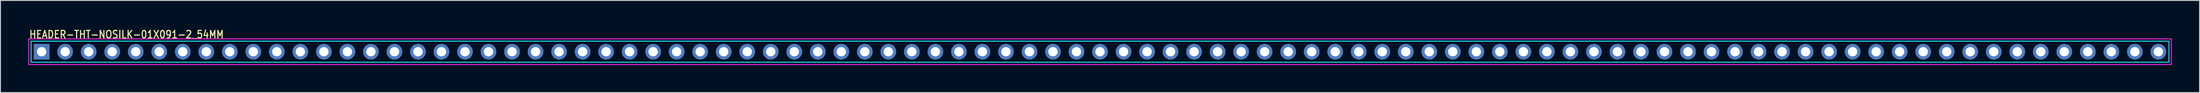
<source format=kicad_pcb>
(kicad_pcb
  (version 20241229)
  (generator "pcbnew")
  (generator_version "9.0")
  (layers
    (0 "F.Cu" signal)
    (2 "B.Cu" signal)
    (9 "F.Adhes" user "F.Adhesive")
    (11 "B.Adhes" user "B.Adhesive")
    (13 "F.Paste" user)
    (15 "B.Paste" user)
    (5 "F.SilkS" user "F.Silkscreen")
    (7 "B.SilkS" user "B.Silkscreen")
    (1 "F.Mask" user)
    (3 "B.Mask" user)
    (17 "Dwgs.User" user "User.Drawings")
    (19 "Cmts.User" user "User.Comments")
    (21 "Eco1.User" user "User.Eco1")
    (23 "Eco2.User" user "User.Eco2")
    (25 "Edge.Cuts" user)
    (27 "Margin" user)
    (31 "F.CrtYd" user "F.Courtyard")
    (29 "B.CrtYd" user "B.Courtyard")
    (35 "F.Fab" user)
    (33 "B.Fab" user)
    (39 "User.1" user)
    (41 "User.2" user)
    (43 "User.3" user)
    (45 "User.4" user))
  (footprint "HEADER-THT-NOSILK-01X091-2_54MM"
    (layer "F.Cu")
    (at 1.447 2.579)
    (property "Reference" "HEADER-THT-NOSILK-01X091-2_54MM" (at -1.4 -1.4 0) (unlocked yes) (layer "F.SilkS") (effects (font (size 0.813 0.695) (thickness 0.122)) (justify left bottom)))
    (fp_poly (pts (xy -1.143 -1.143) (xy 229.743 -1.143) (xy 229.743 1.143) (xy -1.143 1.143)) (stroke (width 0.1) (type solid)) (fill no) (layer "B.CrtYd"))
    (fp_poly (pts (xy -1.397 -1.397) (xy 229.997 -1.397) (xy 229.997 1.397) (xy -1.397 1.397)) (stroke (width 0.1) (type solid)) (fill no) (layer "F.CrtYd"))
    (pad "P$1" thru_hole rect (at 0 0) (size 1.693 1.693) (drill 1.016) (layers "*.Cu" "*.Mask"))
    (pad "P$2" thru_hole oval (at 2.54 0) (size 1.693 1.693) (drill 1.016) (layers "*.Cu" "*.Mask"))
    (pad "P$3" thru_hole oval (at 5.08 0) (size 1.693 1.693) (drill 1.016) (layers "*.Cu" "*.Mask"))
    (pad "P$4" thru_hole oval (at 7.62 0) (size 1.693 1.693) (drill 1.016) (layers "*.Cu" "*.Mask"))
    (pad "P$5" thru_hole oval (at 10.16 0) (size 1.693 1.693) (drill 1.016) (layers "*.Cu" "*.Mask"))
    (pad "P$6" thru_hole oval (at 12.7 0) (size 1.693 1.693) (drill 1.016) (layers "*.Cu" "*.Mask"))
    (pad "P$7" thru_hole oval (at 15.24 0) (size 1.693 1.693) (drill 1.016) (layers "*.Cu" "*.Mask"))
    (pad "P$8" thru_hole oval (at 17.78 0) (size 1.693 1.693) (drill 1.016) (layers "*.Cu" "*.Mask"))
    (pad "P$9" thru_hole oval (at 20.32 0) (size 1.693 1.693) (drill 1.016) (layers "*.Cu" "*.Mask"))
    (pad "P$10" thru_hole oval (at 22.86 0) (size 1.693 1.693) (drill 1.016) (layers "*.Cu" "*.Mask"))
    (pad "P$11" thru_hole oval (at 25.4 0) (size 1.693 1.693) (drill 1.016) (layers "*.Cu" "*.Mask"))
    (pad "P$12" thru_hole oval (at 27.94 0) (size 1.693 1.693) (drill 1.016) (layers "*.Cu" "*.Mask"))
    (pad "P$13" thru_hole oval (at 30.48 0) (size 1.693 1.693) (drill 1.016) (layers "*.Cu" "*.Mask"))
    (pad "P$14" thru_hole oval (at 33.02 0) (size 1.693 1.693) (drill 1.016) (layers "*.Cu" "*.Mask"))
    (pad "P$15" thru_hole oval (at 35.56 0) (size 1.693 1.693) (drill 1.016) (layers "*.Cu" "*.Mask"))
    (pad "P$16" thru_hole oval (at 38.1 0) (size 1.693 1.693) (drill 1.016) (layers "*.Cu" "*.Mask"))
    (pad "P$17" thru_hole oval (at 40.64 0) (size 1.693 1.693) (drill 1.016) (layers "*.Cu" "*.Mask"))
    (pad "P$18" thru_hole oval (at 43.18 0) (size 1.693 1.693) (drill 1.016) (layers "*.Cu" "*.Mask"))
    (pad "P$19" thru_hole oval (at 45.72 0) (size 1.693 1.693) (drill 1.016) (layers "*.Cu" "*.Mask"))
    (pad "P$20" thru_hole oval (at 48.26 0) (size 1.693 1.693) (drill 1.016) (layers "*.Cu" "*.Mask"))
    (pad "P$21" thru_hole oval (at 50.8 0) (size 1.693 1.693) (drill 1.016) (layers "*.Cu" "*.Mask"))
    (pad "P$22" thru_hole oval (at 53.34 0) (size 1.693 1.693) (drill 1.016) (layers "*.Cu" "*.Mask"))
    (pad "P$23" thru_hole oval (at 55.88 0) (size 1.693 1.693) (drill 1.016) (layers "*.Cu" "*.Mask"))
    (pad "P$24" thru_hole oval (at 58.42 0) (size 1.693 1.693) (drill 1.016) (layers "*.Cu" "*.Mask"))
    (pad "P$25" thru_hole oval (at 60.96 0) (size 1.693 1.693) (drill 1.016) (layers "*.Cu" "*.Mask"))
    (pad "P$26" thru_hole oval (at 63.5 0) (size 1.693 1.693) (drill 1.016) (layers "*.Cu" "*.Mask"))
    (pad "P$27" thru_hole oval (at 66.04 0) (size 1.693 1.693) (drill 1.016) (layers "*.Cu" "*.Mask"))
    (pad "P$28" thru_hole oval (at 68.58 0) (size 1.693 1.693) (drill 1.016) (layers "*.Cu" "*.Mask"))
    (pad "P$29" thru_hole oval (at 71.12 0) (size 1.693 1.693) (drill 1.016) (layers "*.Cu" "*.Mask"))
    (pad "P$30" thru_hole oval (at 73.66 0) (size 1.693 1.693) (drill 1.016) (layers "*.Cu" "*.Mask"))
    (pad "P$31" thru_hole oval (at 76.2 0) (size 1.693 1.693) (drill 1.016) (layers "*.Cu" "*.Mask"))
    (pad "P$32" thru_hole oval (at 78.74 0) (size 1.693 1.693) (drill 1.016) (layers "*.Cu" "*.Mask"))
    (pad "P$33" thru_hole oval (at 81.28 0) (size 1.693 1.693) (drill 1.016) (layers "*.Cu" "*.Mask"))
    (pad "P$34" thru_hole oval (at 83.82 0) (size 1.693 1.693) (drill 1.016) (layers "*.Cu" "*.Mask"))
    (pad "P$35" thru_hole oval (at 86.36 0) (size 1.693 1.693) (drill 1.016) (layers "*.Cu" "*.Mask"))
    (pad "P$36" thru_hole oval (at 88.9 0) (size 1.693 1.693) (drill 1.016) (layers "*.Cu" "*.Mask"))
    (pad "P$37" thru_hole oval (at 91.44 0) (size 1.693 1.693) (drill 1.016) (layers "*.Cu" "*.Mask"))
    (pad "P$38" thru_hole oval (at 93.98 0) (size 1.693 1.693) (drill 1.016) (layers "*.Cu" "*.Mask"))
    (pad "P$39" thru_hole oval (at 96.52 0) (size 1.693 1.693) (drill 1.016) (layers "*.Cu" "*.Mask"))
    (pad "P$40" thru_hole oval (at 99.06 0) (size 1.693 1.693) (drill 1.016) (layers "*.Cu" "*.Mask"))
    (pad "P$41" thru_hole oval (at 101.6 0) (size 1.693 1.693) (drill 1.016) (layers "*.Cu" "*.Mask"))
    (pad "P$42" thru_hole oval (at 104.14 0) (size 1.693 1.693) (drill 1.016) (layers "*.Cu" "*.Mask"))
    (pad "P$43" thru_hole oval (at 106.68 0) (size 1.693 1.693) (drill 1.016) (layers "*.Cu" "*.Mask"))
    (pad "P$44" thru_hole oval (at 109.22 0) (size 1.693 1.693) (drill 1.016) (layers "*.Cu" "*.Mask"))
    (pad "P$45" thru_hole oval (at 111.76 0) (size 1.693 1.693) (drill 1.016) (layers "*.Cu" "*.Mask"))
    (pad "P$46" thru_hole oval (at 114.3 0) (size 1.693 1.693) (drill 1.016) (layers "*.Cu" "*.Mask"))
    (pad "P$47" thru_hole oval (at 116.84 0) (size 1.693 1.693) (drill 1.016) (layers "*.Cu" "*.Mask"))
    (pad "P$48" thru_hole oval (at 119.38 0) (size 1.693 1.693) (drill 1.016) (layers "*.Cu" "*.Mask"))
    (pad "P$49" thru_hole oval (at 121.92 0) (size 1.693 1.693) (drill 1.016) (layers "*.Cu" "*.Mask"))
    (pad "P$50" thru_hole oval (at 124.46 0) (size 1.693 1.693) (drill 1.016) (layers "*.Cu" "*.Mask"))
    (pad "P$51" thru_hole oval (at 127 0) (size 1.693 1.693) (drill 1.016) (layers "*.Cu" "*.Mask"))
    (pad "P$52" thru_hole oval (at 129.54 0) (size 1.693 1.693) (drill 1.016) (layers "*.Cu" "*.Mask"))
    (pad "P$53" thru_hole oval (at 132.08 0) (size 1.693 1.693) (drill 1.016) (layers "*.Cu" "*.Mask"))
    (pad "P$54" thru_hole oval (at 134.62 0) (size 1.693 1.693) (drill 1.016) (layers "*.Cu" "*.Mask"))
    (pad "P$55" thru_hole oval (at 137.16 0) (size 1.693 1.693) (drill 1.016) (layers "*.Cu" "*.Mask"))
    (pad "P$56" thru_hole oval (at 139.7 0) (size 1.693 1.693) (drill 1.016) (layers "*.Cu" "*.Mask"))
    (pad "P$57" thru_hole oval (at 142.24 0) (size 1.693 1.693) (drill 1.016) (layers "*.Cu" "*.Mask"))
    (pad "P$58" thru_hole oval (at 144.78 0) (size 1.693 1.693) (drill 1.016) (layers "*.Cu" "*.Mask"))
    (pad "P$59" thru_hole oval (at 147.32 0) (size 1.693 1.693) (drill 1.016) (layers "*.Cu" "*.Mask"))
    (pad "P$60" thru_hole oval (at 149.86 0) (size 1.693 1.693) (drill 1.016) (layers "*.Cu" "*.Mask"))
    (pad "P$61" thru_hole oval (at 152.4 0) (size 1.693 1.693) (drill 1.016) (layers "*.Cu" "*.Mask"))
    (pad "P$62" thru_hole oval (at 154.94 0) (size 1.693 1.693) (drill 1.016) (layers "*.Cu" "*.Mask"))
    (pad "P$63" thru_hole oval (at 157.48 0) (size 1.693 1.693) (drill 1.016) (layers "*.Cu" "*.Mask"))
    (pad "P$64" thru_hole oval (at 160.02 0) (size 1.693 1.693) (drill 1.016) (layers "*.Cu" "*.Mask"))
    (pad "P$65" thru_hole oval (at 162.56 0) (size 1.693 1.693) (drill 1.016) (layers "*.Cu" "*.Mask"))
    (pad "P$66" thru_hole oval (at 165.1 0) (size 1.693 1.693) (drill 1.016) (layers "*.Cu" "*.Mask"))
    (pad "P$67" thru_hole oval (at 167.64 0) (size 1.693 1.693) (drill 1.016) (layers "*.Cu" "*.Mask"))
    (pad "P$68" thru_hole oval (at 170.18 0) (size 1.693 1.693) (drill 1.016) (layers "*.Cu" "*.Mask"))
    (pad "P$69" thru_hole oval (at 172.72 0) (size 1.693 1.693) (drill 1.016) (layers "*.Cu" "*.Mask"))
    (pad "P$70" thru_hole oval (at 175.26 0) (size 1.693 1.693) (drill 1.016) (layers "*.Cu" "*.Mask"))
    (pad "P$71" thru_hole oval (at 177.8 0) (size 1.693 1.693) (drill 1.016) (layers "*.Cu" "*.Mask"))
    (pad "P$72" thru_hole oval (at 180.34 0) (size 1.693 1.693) (drill 1.016) (layers "*.Cu" "*.Mask"))
    (pad "P$73" thru_hole oval (at 182.88 0) (size 1.693 1.693) (drill 1.016) (layers "*.Cu" "*.Mask"))
    (pad "P$74" thru_hole oval (at 185.42 0) (size 1.693 1.693) (drill 1.016) (layers "*.Cu" "*.Mask"))
    (pad "P$75" thru_hole oval (at 187.96 0) (size 1.693 1.693) (drill 1.016) (layers "*.Cu" "*.Mask"))
    (pad "P$76" thru_hole oval (at 190.5 0) (size 1.693 1.693) (drill 1.016) (layers "*.Cu" "*.Mask"))
    (pad "P$77" thru_hole oval (at 193.04 0) (size 1.693 1.693) (drill 1.016) (layers "*.Cu" "*.Mask"))
    (pad "P$78" thru_hole oval (at 195.58 0) (size 1.693 1.693) (drill 1.016) (layers "*.Cu" "*.Mask"))
    (pad "P$79" thru_hole oval (at 198.12 0) (size 1.693 1.693) (drill 1.016) (layers "*.Cu" "*.Mask"))
    (pad "P$80" thru_hole oval (at 200.66 0) (size 1.693 1.693) (drill 1.016) (layers "*.Cu" "*.Mask"))
    (pad "P$81" thru_hole oval (at 203.2 0) (size 1.693 1.693) (drill 1.016) (layers "*.Cu" "*.Mask"))
    (pad "P$82" thru_hole oval (at 205.74 0) (size 1.693 1.693) (drill 1.016) (layers "*.Cu" "*.Mask"))
    (pad "P$83" thru_hole oval (at 208.28 0) (size 1.693 1.693) (drill 1.016) (layers "*.Cu" "*.Mask"))
    (pad "P$84" thru_hole oval (at 210.82 0) (size 1.693 1.693) (drill 1.016) (layers "*.Cu" "*.Mask"))
    (pad "P$85" thru_hole oval (at 213.36 0) (size 1.693 1.693) (drill 1.016) (layers "*.Cu" "*.Mask"))
    (pad "P$86" thru_hole oval (at 215.9 0) (size 1.693 1.693) (drill 1.016) (layers "*.Cu" "*.Mask"))
    (pad "P$87" thru_hole oval (at 218.44 0) (size 1.693 1.693) (drill 1.016) (layers "*.Cu" "*.Mask"))
    (pad "P$88" thru_hole oval (at 220.98 0) (size 1.693 1.693) (drill 1.016) (layers "*.Cu" "*.Mask"))
    (pad "P$89" thru_hole oval (at 223.52 0) (size 1.693 1.693) (drill 1.016) (layers "*.Cu" "*.Mask"))
    (pad "P$90" thru_hole oval (at 226.06 0) (size 1.693 1.693) (drill 1.016) (layers "*.Cu" "*.Mask"))
    (pad "P$91" thru_hole oval (at 228.6 0) (size 1.693 1.693) (drill 1.016) (layers "*.Cu" "*.Mask")))
  (gr_rect
    (start -3 -3)
    (end 234.494 7.026)
    (stroke (width 0.1) (type default))
    (fill no)
    (layer "Edge.Cuts")))
</source>
